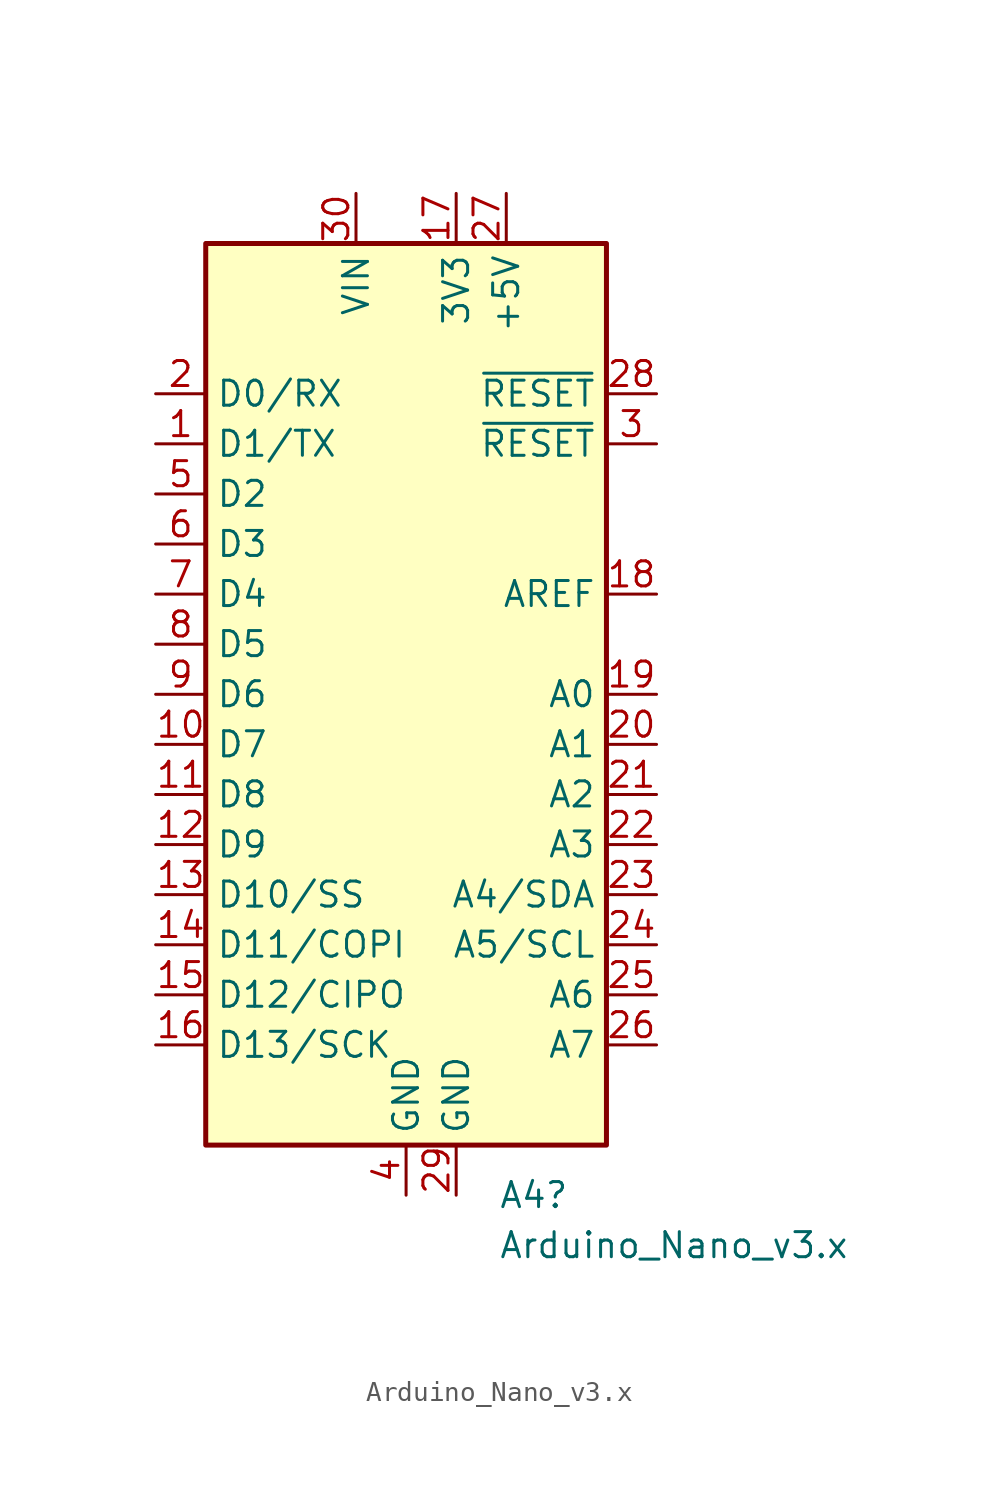
<source format=kicad_sym>
(kicad_symbol_lib
  (version 20241209)
  (generator "kicad_symbol_editor")
  (generator_version "9.0")
  (symbol "Arduino_Nano_v3.x"
    (property "Reference" "A4"
      (at 4.683 -25.4 0)
      (effects (font (size 1.27 1.27)) (justify left)))
    (property "Value" "Arduino_Nano_v3.x"
      (at 4.683 -27.94 0)
      (effects (font (size 1.27 1.27)) (justify left)))
    (symbol "Arduino_Nano_v3.x_0_1"
      (rectangle (start -10.16 22.86) (end 10.16 -22.86) (stroke (width 0.254) (type default)) (fill (type background))))
    (symbol "Arduino_Nano_v3.x_1_1"
      (pin bidirectional line (at -12.7 15.24 0) (length 2.54) (name "D0/RX" (effects (font (size 1.27 1.27)))) (number "2" (effects (font (size 1.27 1.27)))))
      (pin bidirectional line (at -12.7 12.7 0) (length 2.54) (name "D1/TX" (effects (font (size 1.27 1.27)))) (number "1" (effects (font (size 1.27 1.27)))))
      (pin bidirectional line (at -12.7 10.16 0) (length 2.54) (name "D2" (effects (font (size 1.27 1.27)))) (number "5" (effects (font (size 1.27 1.27)))))
      (pin bidirectional line (at -12.7 7.62 0) (length 2.54) (name "D3" (effects (font (size 1.27 1.27)))) (number "6" (effects (font (size 1.27 1.27)))))
      (pin bidirectional line (at -12.7 5.08 0) (length 2.54) (name "D4" (effects (font (size 1.27 1.27)))) (number "7" (effects (font (size 1.27 1.27)))))
      (pin bidirectional line (at -12.7 2.54 0) (length 2.54) (name "D5" (effects (font (size 1.27 1.27)))) (number "8" (effects (font (size 1.27 1.27)))))
      (pin bidirectional line (at -12.7 0 0) (length 2.54) (name "D6" (effects (font (size 1.27 1.27)))) (number "9" (effects (font (size 1.27 1.27)))))
      (pin bidirectional line (at -12.7 -2.54 0) (length 2.54) (name "D7" (effects (font (size 1.27 1.27)))) (number "10" (effects (font (size 1.27 1.27)))))
      (pin bidirectional line (at -12.7 -5.08 0) (length 2.54) (name "D8" (effects (font (size 1.27 1.27)))) (number "11" (effects (font (size 1.27 1.27)))))
      (pin bidirectional line (at -12.7 -7.62 0) (length 2.54) (name "D9" (effects (font (size 1.27 1.27)))) (number "12" (effects (font (size 1.27 1.27)))))
      (pin bidirectional line (at -12.7 -10.16 0) (length 2.54) (name "D10/SS" (effects (font (size 1.27 1.27)))) (number "13" (effects (font (size 1.27 1.27)))))
      (pin bidirectional line (at -12.7 -12.7 0) (length 2.54) (name "D11/COPI" (effects (font (size 1.27 1.27)))) (number "14" (effects (font (size 1.27 1.27)))))
      (pin bidirectional line (at -12.7 -15.24 0) (length 2.54) (name "D12/CIPO" (effects (font (size 1.27 1.27)))) (number "15" (effects (font (size 1.27 1.27)))))
      (pin bidirectional line (at -12.7 -17.78 0) (length 2.54) (name "D13/SCK" (effects (font (size 1.27 1.27)))) (number "16" (effects (font (size 1.27 1.27)))))
      (pin power_in line (at -2.54 25.4 270) (length 2.54) (name "VIN" (effects (font (size 1.27 1.27)))) (number "30" (effects (font (size 1.27 1.27)))))
      (pin power_in line (at 0 -25.4 90) (length 2.54) (name "GND" (effects (font (size 1.27 1.27)))) (number "4" (effects (font (size 1.27 1.27)))))
      (pin power_out line (at 2.54 25.4 270) (length 2.54) (name "3V3" (effects (font (size 1.27 1.27)))) (number "17" (effects (font (size 1.27 1.27)))))
      (pin power_in line (at 2.54 -25.4 90) (length 2.54) (name "GND" (effects (font (size 1.27 1.27)))) (number "29" (effects (font (size 1.27 1.27)))))
      (pin power_out line (at 5.08 25.4 270) (length 2.54) (name "+5V" (effects (font (size 1.27 1.27)))) (number "27" (effects (font (size 1.27 1.27)))))
      (pin input line (at 12.7 15.24 180) (length 2.54) (name "~{RESET}" (effects (font (size 1.27 1.27)))) (number "28" (effects (font (size 1.27 1.27)))))
      (pin input line (at 12.7 12.7 180) (length 2.54) (name "~{RESET}" (effects (font (size 1.27 1.27)))) (number "3" (effects (font (size 1.27 1.27)))))
      (pin input line (at 12.7 5.08 180) (length 2.54) (name "AREF" (effects (font (size 1.27 1.27)))) (number "18" (effects (font (size 1.27 1.27)))))
      (pin bidirectional line (at 12.7 0 180) (length 2.54) (name "A0" (effects (font (size 1.27 1.27)))) (number "19" (effects (font (size 1.27 1.27)))))
      (pin bidirectional line (at 12.7 -2.54 180) (length 2.54) (name "A1" (effects (font (size 1.27 1.27)))) (number "20" (effects (font (size 1.27 1.27)))))
      (pin bidirectional line (at 12.7 -5.08 180) (length 2.54) (name "A2" (effects (font (size 1.27 1.27)))) (number "21" (effects (font (size 1.27 1.27)))))
      (pin bidirectional line (at 12.7 -7.62 180) (length 2.54) (name "A3" (effects (font (size 1.27 1.27)))) (number "22" (effects (font (size 1.27 1.27)))))
      (pin bidirectional line (at 12.7 -10.16 180) (length 2.54) (name "A4/SDA" (effects (font (size 1.27 1.27)))) (number "23" (effects (font (size 1.27 1.27)))))
      (pin bidirectional line (at 12.7 -12.7 180) (length 2.54) (name "A5/SCL" (effects (font (size 1.27 1.27)))) (number "24" (effects (font (size 1.27 1.27)))))
      (pin bidirectional line (at 12.7 -15.24 180) (length 2.54) (name "A6" (effects (font (size 1.27 1.27)))) (number "25" (effects (font (size 1.27 1.27)))))
      (pin bidirectional line (at 12.7 -17.78 180) (length 2.54) (name "A7" (effects (font (size 1.27 1.27)))) (number "26" (effects (font (size 1.27 1.27))))))))
</source>
